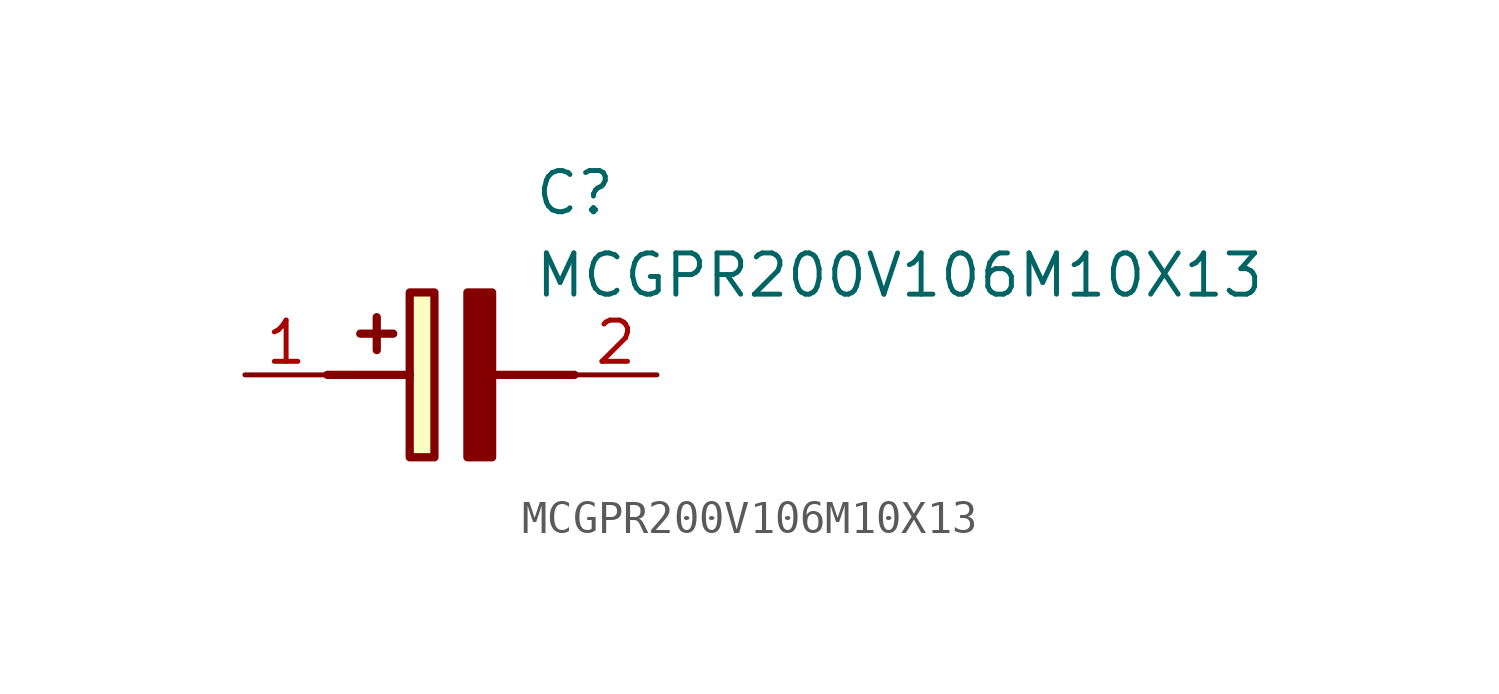
<source format=kicad_sym>
(kicad_symbol_lib
  (version 20220914)
  (generator SamacSys_ECAD_Model)
  (symbol "MCGPR200V106M10X13"
    (pin_names hide)
    (property "Reference" "C"
      (at 8.89 6.35 0)
      (effects (font (size 1.27 1.27)) (justify left top)))
    (property "Value" "MCGPR200V106M10X13"
      (at 8.89 3.81 0)
      (effects (font (size 1.27 1.27)) (justify left top)))
    (rectangle
      (start 5.08 2.54)
      (end 5.842 -2.54)
      (stroke (width 0.254) (type default))
      (fill (type background)))
    (polyline
      (pts (xy 4.572 1.27) (xy 3.556 1.27))
      (stroke (width 0.254) (type default))
      (fill (type none)))
    (polyline
      (pts (xy 4.064 1.778) (xy 4.064 0.762))
      (stroke (width 0.254) (type default))
      (fill (type none)))
    (polyline
      (pts (xy 2.54 0) (xy 5.08 0))
      (stroke (width 0.254) (type default))
      (fill (type none)))
    (polyline
      (pts (xy 7.62 0) (xy 10.16 0))
      (stroke (width 0.254) (type default))
      (fill (type none)))
    (polyline
      (pts (xy 7.62 2.54) (xy 7.62 -2.54) (xy 6.858 -2.54) (xy 6.858 2.54) (xy 7.62 2.54))
      (stroke (width 0.254) (type default))
      (fill (type outline)))
    (pin passive line
      (at 0 0 0)
      (length 2.54)
      (name "+" (effects (font (size 1.27 1.27))))
      (number "1" (effects (font (size 1.27 1.27)))))
    (pin passive line
      (at 12.7 0 180)
      (length 2.54)
      (name "-" (effects (font (size 1.27 1.27))))
      (number "2" (effects (font (size 1.27 1.27)))))))
</source>
